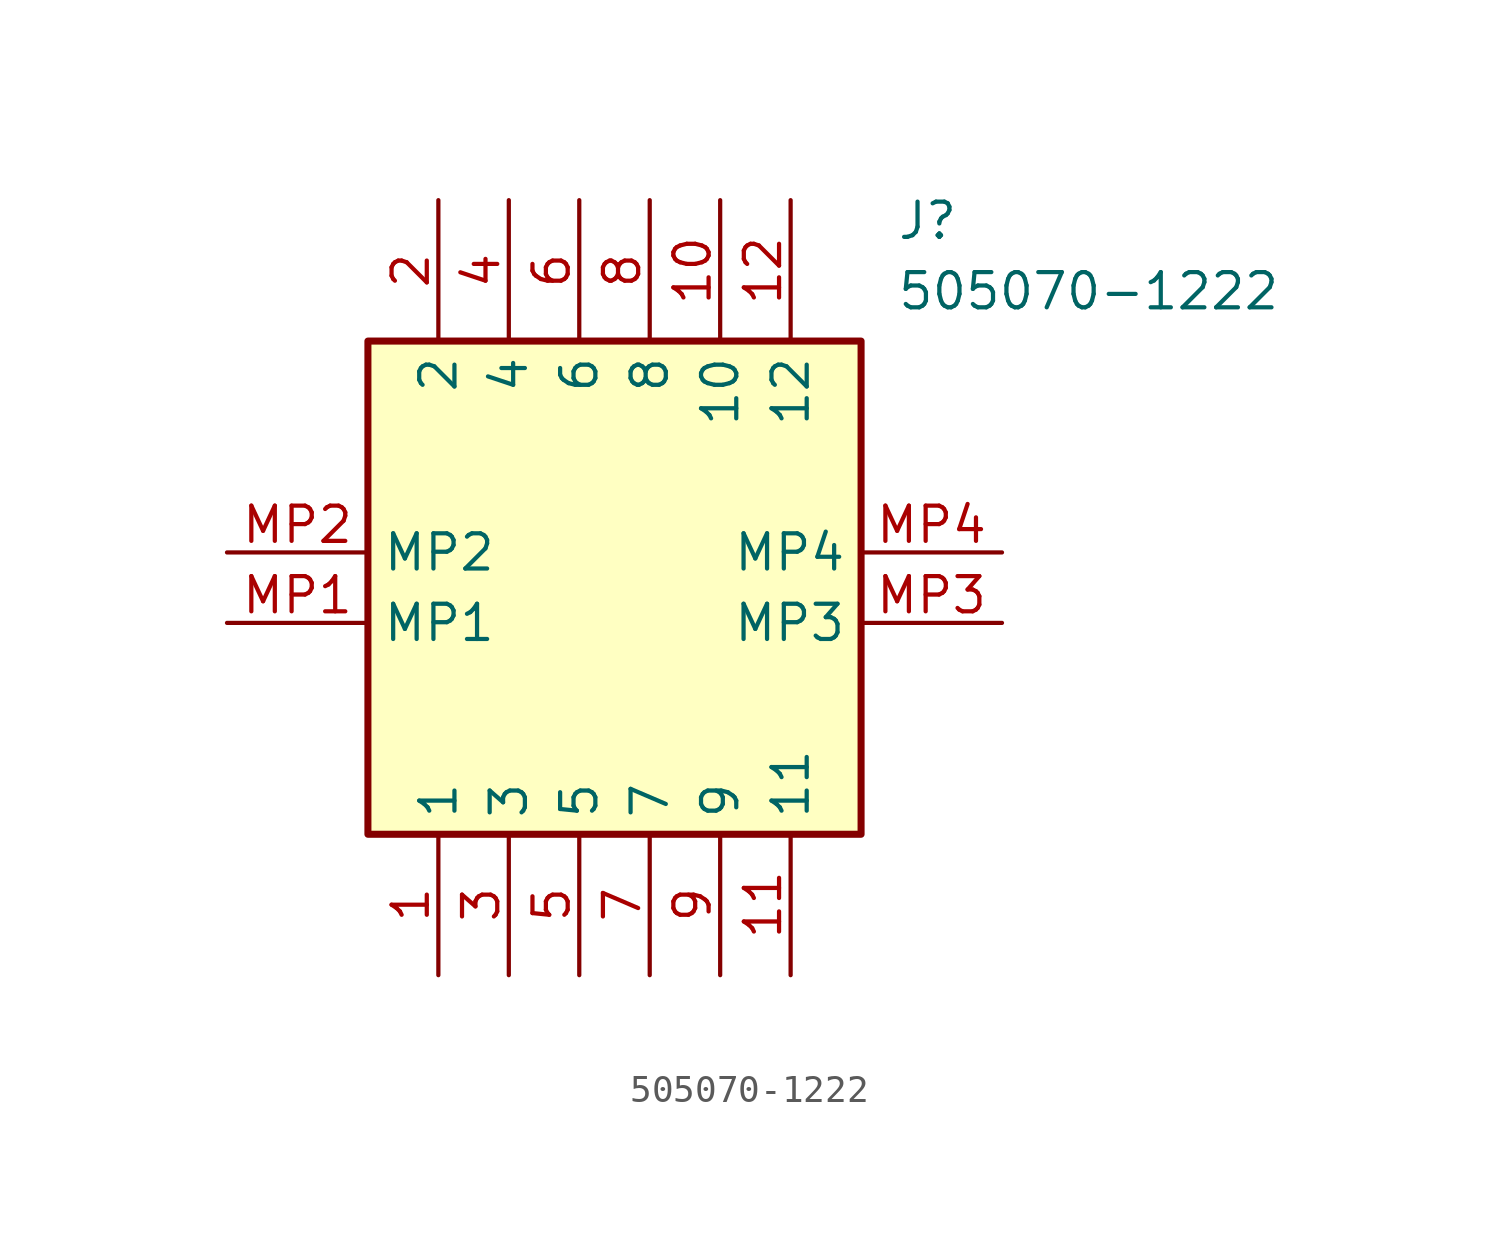
<source format=kicad_sym>
(kicad_symbol_lib
  (version 20231120)
  (generator "kicad_symbol_editor")
  (generator_version "8.0")
  (symbol "505070-1222"
    (property "Reference" "J"
      (at 24.13 12.7 0)
      (effects (font (size 1.27 1.27)) (justify left top)))
    (property "Value" "505070-1222"
      (at 24.13 10.16 0)
      (effects (font (size 1.27 1.27)) (justify left top)))
    (symbol "505070-1222_1_1"
      (rectangle (start 5.08 7.62) (end 22.86 -10.16) (stroke (width 0.254) (type default)) (fill (type background)))
      (pin passive line (at 7.62 -15.24 90) (length 5.08) (name "1" (effects (font (size 1.27 1.27)))) (number "1" (effects (font (size 1.27 1.27)))))
      (pin passive line (at 17.78 12.7 270) (length 5.08) (name "10" (effects (font (size 1.27 1.27)))) (number "10" (effects (font (size 1.27 1.27)))))
      (pin passive line (at 20.32 -15.24 90) (length 5.08) (name "11" (effects (font (size 1.27 1.27)))) (number "11" (effects (font (size 1.27 1.27)))))
      (pin passive line (at 20.32 12.7 270) (length 5.08) (name "12" (effects (font (size 1.27 1.27)))) (number "12" (effects (font (size 1.27 1.27)))))
      (pin passive line (at 7.62 12.7 270) (length 5.08) (name "2" (effects (font (size 1.27 1.27)))) (number "2" (effects (font (size 1.27 1.27)))))
      (pin passive line (at 10.16 -15.24 90) (length 5.08) (name "3" (effects (font (size 1.27 1.27)))) (number "3" (effects (font (size 1.27 1.27)))))
      (pin passive line (at 10.16 12.7 270) (length 5.08) (name "4" (effects (font (size 1.27 1.27)))) (number "4" (effects (font (size 1.27 1.27)))))
      (pin passive line (at 12.7 -15.24 90) (length 5.08) (name "5" (effects (font (size 1.27 1.27)))) (number "5" (effects (font (size 1.27 1.27)))))
      (pin passive line (at 12.7 12.7 270) (length 5.08) (name "6" (effects (font (size 1.27 1.27)))) (number "6" (effects (font (size 1.27 1.27)))))
      (pin passive line (at 15.24 -15.24 90) (length 5.08) (name "7" (effects (font (size 1.27 1.27)))) (number "7" (effects (font (size 1.27 1.27)))))
      (pin passive line (at 15.24 12.7 270) (length 5.08) (name "8" (effects (font (size 1.27 1.27)))) (number "8" (effects (font (size 1.27 1.27)))))
      (pin passive line (at 17.78 -15.24 90) (length 5.08) (name "9" (effects (font (size 1.27 1.27)))) (number "9" (effects (font (size 1.27 1.27)))))
      (pin passive line (at 0 -2.54 0) (length 5.08) (name "MP1" (effects (font (size 1.27 1.27)))) (number "MP1" (effects (font (size 1.27 1.27)))))
      (pin passive line (at 0 0 0) (length 5.08) (name "MP2" (effects (font (size 1.27 1.27)))) (number "MP2" (effects (font (size 1.27 1.27)))))
      (pin passive line (at 27.94 -2.54 180) (length 5.08) (name "MP3" (effects (font (size 1.27 1.27)))) (number "MP3" (effects (font (size 1.27 1.27)))))
      (pin passive line (at 27.94 0 180) (length 5.08) (name "MP4" (effects (font (size 1.27 1.27)))) (number "MP4" (effects (font (size 1.27 1.27))))))))
</source>
